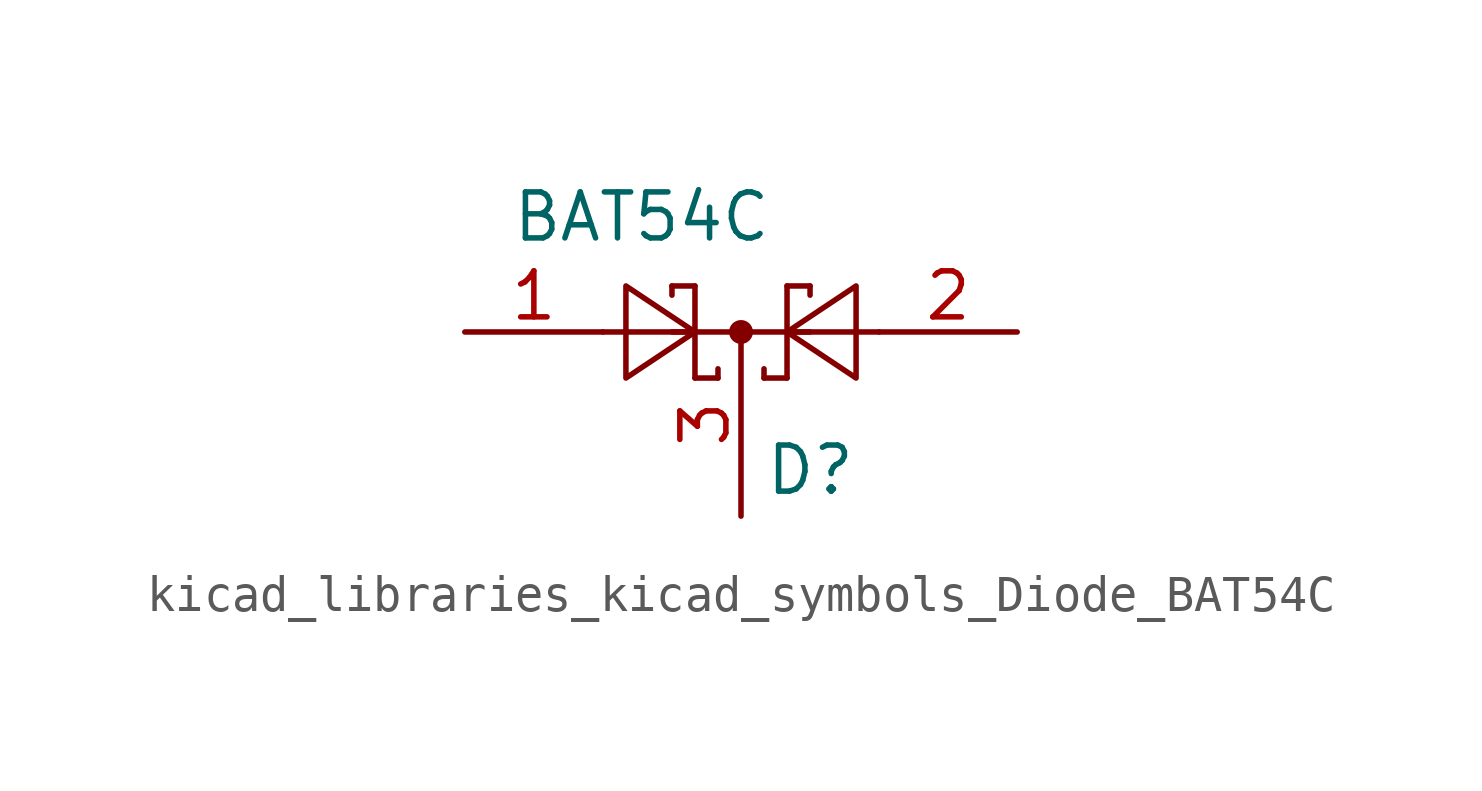
<source format=kicad_sym>
(kicad_symbol_lib
  (version 20220914)
  (generator kicad_symbol_editor)
  (symbol "kicad_libraries_kicad_symbols_Diode_BAT54C"
    (pin_names
      (offset 1.016))
    (property "Reference" "D"
      (at 0.635 -3.81 0)
      (effects (font (size 1.27 1.27)) (justify left)))
    (property "Value" "BAT54C"
      (at -6.35 3.175 0)
      (effects (font (size 1.27 1.27)) (justify left)))
    (symbol "kicad_libraries_kicad_symbols_Diode_BAT54C_0_1"
      (polyline (pts (xy -1.905 0) (xy 1.905 0)) (stroke (width 0) (type default)) (fill (type none)))
      (polyline (pts (xy -1.905 1.27) (xy -1.905 1.016)) (stroke (width 0) (type default)) (fill (type none)))
      (polyline (pts (xy -1.27 -1.27) (xy -0.635 -1.27)) (stroke (width 0) (type default)) (fill (type none)))
      (polyline (pts (xy -1.27 0) (xy -3.81 0)) (stroke (width 0) (type default)) (fill (type none)))
      (polyline (pts (xy -1.27 1.27) (xy -1.905 1.27)) (stroke (width 0) (type default)) (fill (type none)))
      (polyline (pts (xy -1.27 1.27) (xy -1.27 -1.27)) (stroke (width 0) (type default)) (fill (type none)))
      (polyline (pts (xy -0.635 -1.27) (xy -0.635 -1.016)) (stroke (width 0) (type default)) (fill (type none)))
      (polyline (pts (xy 0.635 -1.27) (xy 0.635 -1.016)) (stroke (width 0) (type default)) (fill (type none)))
      (polyline (pts (xy 1.27 -1.27) (xy 0.635 -1.27)) (stroke (width 0) (type default)) (fill (type none)))
      (polyline (pts (xy 1.27 1.27) (xy 1.27 -1.27)) (stroke (width 0) (type default)) (fill (type none)))
      (polyline (pts (xy 1.27 1.27) (xy 1.905 1.27)) (stroke (width 0) (type default)) (fill (type none)))
      (polyline (pts (xy 1.905 1.27) (xy 1.905 1.016)) (stroke (width 0) (type default)) (fill (type none)))
      (polyline (pts (xy 3.81 0) (xy 1.27 0)) (stroke (width 0) (type default)) (fill (type none)))
      (polyline (pts (xy -3.175 -1.27) (xy -3.175 1.27) (xy -1.27 0) (xy -3.175 -1.27)) (stroke (width 0) (type default)) (fill (type none)))
      (polyline (pts (xy 3.175 -1.27) (xy 3.175 1.27) (xy 1.27 0) (xy 3.175 -1.27)) (stroke (width 0) (type default)) (fill (type none)))
      (circle (center 0 0) (radius 0.254) (stroke (width 0) (type default)) (fill (type outline))))
    (symbol "kicad_libraries_kicad_symbols_Diode_BAT54C_1_1"
      (pin passive line (at -7.62 0 0) (length 3.81) (name "~" (effects (font (size 1.27 1.27)))) (number "1" (effects (font (size 1.27 1.27)))))
      (pin passive line (at 7.62 0 180) (length 3.81) (name "~" (effects (font (size 1.27 1.27)))) (number "2" (effects (font (size 1.27 1.27)))))
      (pin passive line (at 0 -5.08 90) (length 5.08) (name "~" (effects (font (size 1.27 1.27)))) (number "3" (effects (font (size 1.27 1.27))))))))
</source>
